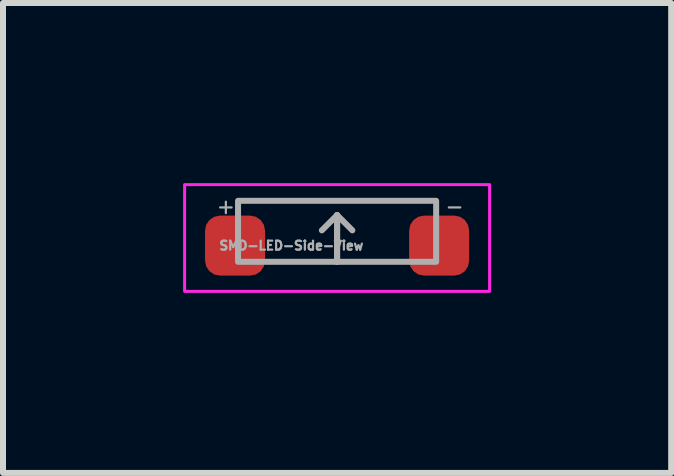
<source format=kicad_pcb>
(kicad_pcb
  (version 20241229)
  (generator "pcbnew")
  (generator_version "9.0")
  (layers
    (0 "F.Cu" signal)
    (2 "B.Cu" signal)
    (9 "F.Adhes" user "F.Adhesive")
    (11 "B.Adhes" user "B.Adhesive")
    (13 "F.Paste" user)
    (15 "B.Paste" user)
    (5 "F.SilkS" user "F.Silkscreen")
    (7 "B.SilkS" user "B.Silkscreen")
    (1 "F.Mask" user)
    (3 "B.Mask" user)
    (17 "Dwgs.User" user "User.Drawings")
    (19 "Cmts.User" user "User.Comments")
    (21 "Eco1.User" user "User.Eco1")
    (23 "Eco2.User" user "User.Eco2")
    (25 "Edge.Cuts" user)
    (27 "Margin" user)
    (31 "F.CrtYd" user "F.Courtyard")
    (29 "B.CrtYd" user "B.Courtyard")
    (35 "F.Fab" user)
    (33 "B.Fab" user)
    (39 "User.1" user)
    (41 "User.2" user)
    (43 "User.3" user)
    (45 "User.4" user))
  (footprint "SMD-LED-Side-View"
    (layer "F.Cu")
    (at 2.565 1.041)
    (property "Reference" "SMD-LED-Side-View" (at -0.762 0 0) (unlocked yes) (layer "F.Fab") (effects (font (size 0.15 0.15) (thickness 0.037))))
    (attr smd)
    (fp_rect (start -2.54 0.762) (end 2.54 -1.016) (stroke (width 0.05) (type default)) (fill no) (layer "F.CrtYd"))
    (fp_line (start 0 -0.508) (end -0.254 -0.254) (stroke (width 0.1) (type default)) (layer "F.Fab"))
    (fp_line (start 0 -0.508) (end 0 0.27) (stroke (width 0.1) (type default)) (layer "F.Fab"))
    (fp_line (start 0 -0.508) (end 0.254 -0.254) (stroke (width 0.1) (type default)) (layer "F.Fab"))
    (fp_line (start 0 0.27) (end 0 -0.508) (stroke (width 0.1) (type default)) (layer "F.Fab"))
    (fp_rect (start -1.65 -0.746) (end 1.65 0.27) (stroke (width 0.1) (type default)) (fill no) (layer "F.Fab"))
    (fp_text user "+" (at -2.032 -0.508 0) (unlocked yes) (layer "F.Fab") (effects (font (size 0.25 0.25) (thickness 0.037)) (justify left bottom)))
    (fp_text user "-" (at 1.778 -0.508 0) (unlocked yes) (layer "F.Fab") (effects (font (size 0.25 0.25) (thickness 0.037)) (justify left bottom)))
    (pad "1" smd roundrect (at 1.7 0) (size 1 1) (layers "F.Cu" "F.Mask" "F.Paste") (roundrect_rratio 0.25))
    (pad "2" smd roundrect (at -1.7 0) (size 1 1) (layers "F.Cu" "F.Mask" "F.Paste") (roundrect_rratio 0.25)))
  (gr_rect
    (start -3 -3)
    (end 8.13 4.828)
    (stroke (width 0.1) (type default))
    (fill no)
    (layer "Edge.Cuts")))
</source>
